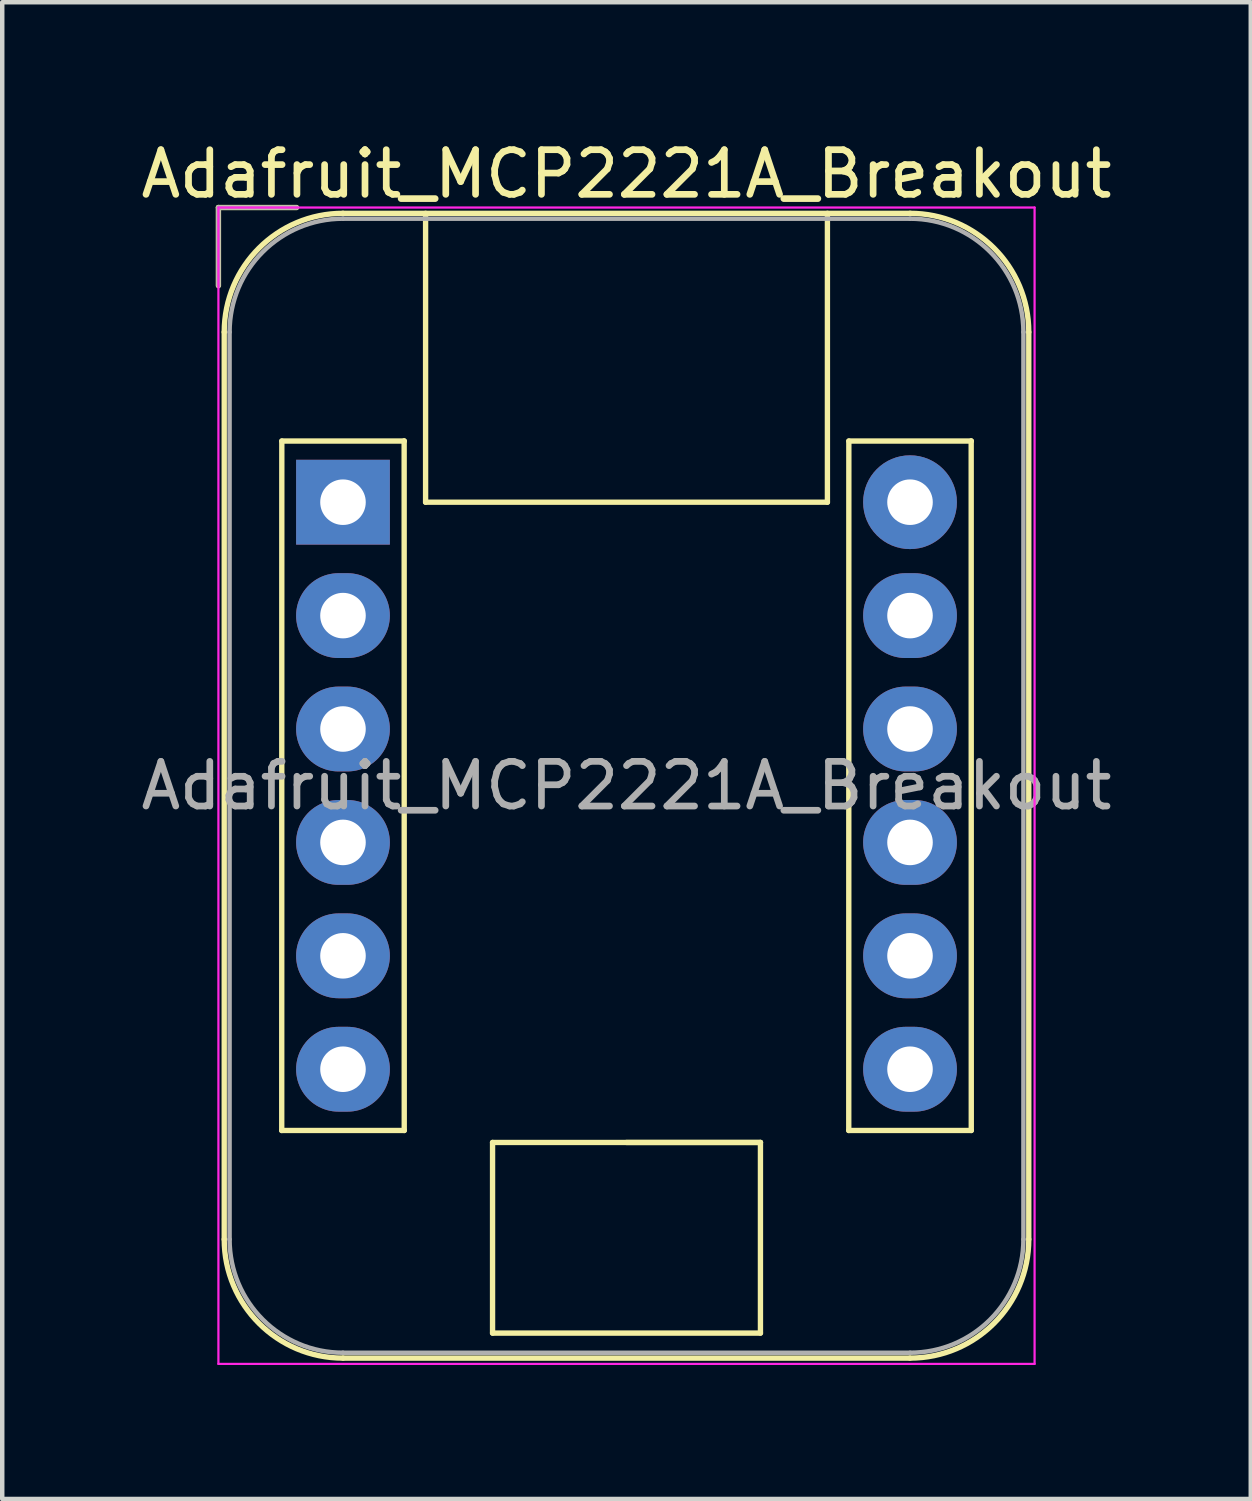
<source format=kicad_pcb>
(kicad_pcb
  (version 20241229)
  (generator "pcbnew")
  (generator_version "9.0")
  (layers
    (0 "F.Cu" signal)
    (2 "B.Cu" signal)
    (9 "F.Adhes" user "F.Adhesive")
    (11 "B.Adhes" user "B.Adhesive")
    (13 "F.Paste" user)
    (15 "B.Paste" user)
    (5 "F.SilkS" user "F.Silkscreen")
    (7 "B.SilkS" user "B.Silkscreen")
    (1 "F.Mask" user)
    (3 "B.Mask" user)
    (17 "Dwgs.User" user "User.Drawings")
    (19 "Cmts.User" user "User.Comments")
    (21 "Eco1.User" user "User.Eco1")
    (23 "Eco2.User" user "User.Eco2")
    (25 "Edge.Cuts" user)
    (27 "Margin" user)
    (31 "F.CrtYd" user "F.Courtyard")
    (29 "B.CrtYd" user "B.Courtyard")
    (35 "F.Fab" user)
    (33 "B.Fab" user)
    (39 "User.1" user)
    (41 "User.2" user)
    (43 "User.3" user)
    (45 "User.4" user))
  (footprint "Adafruit_MCP2221A_Breakout"
    (layer "F.Cu")
    (at 4.632 8.198)
    (property "Reference" "Adafruit_MCP2221A_Breakout" (at 6.35 -7.35 0) (layer "F.SilkS") (effects (font (size 1 1) (thickness 0.15))))
    (attr through_hole)
    (fp_line (start -2.79 -6.6) (end -1.04 -6.6) (stroke (width 0.12) (type solid)) (layer "F.SilkS"))
    (fp_line (start -2.79 -4.85) (end -2.79 -6.6) (stroke (width 0.12) (type solid)) (layer "F.SilkS"))
    (fp_line (start -2.66 -3.81) (end -2.66 16.51) (stroke (width 0.12) (type solid)) (layer "F.SilkS"))
    (fp_line (start -1.372 14.072) (end 1.372 14.072) (stroke (width 0.12) (type solid)) (layer "F.SilkS"))
    (fp_line (start -1.37 -1.37) (end -1.372 14.072) (stroke (width 0.12) (type solid)) (layer "F.SilkS"))
    (fp_line (start 0 -6.47) (end 12.7 -6.47) (stroke (width 0.12) (type solid)) (layer "F.SilkS"))
    (fp_line (start 0 19.17) (end 12.7 19.17) (stroke (width 0.12) (type solid)) (layer "F.SilkS"))
    (fp_line (start 1.37 -1.37) (end -1.37 -1.37) (stroke (width 0.12) (type solid)) (layer "F.SilkS"))
    (fp_line (start 1.37 -1.37) (end 1.37 -1.37) (stroke (width 0.12) (type solid)) (layer "F.SilkS"))
    (fp_line (start 1.372 14.072) (end 1.37 -1.37) (stroke (width 0.12) (type solid)) (layer "F.SilkS"))
    (fp_line (start 1.85 0) (end 1.85 -6.47) (stroke (width 0.12) (type solid)) (layer "F.SilkS"))
    (fp_line (start 3.35 14.34) (end 3.35 18.61) (stroke (width 0.12) (type solid)) (layer "F.SilkS"))
    (fp_line (start 3.35 18.61) (end 9.35 18.61) (stroke (width 0.12) (type solid)) (layer "F.SilkS"))
    (fp_line (start 6.35 14.34) (end 9.35 14.34) (stroke (width 0.12) (type solid)) (layer "F.SilkS"))
    (fp_line (start 9.35 14.34) (end 3.35 14.34) (stroke (width 0.12) (type solid)) (layer "F.SilkS"))
    (fp_line (start 9.35 14.34) (end 9.35 18.61) (stroke (width 0.12) (type solid)) (layer "F.SilkS"))
    (fp_line (start 10.85 0) (end 1.85 0) (stroke (width 0.12) (type solid)) (layer "F.SilkS"))
    (fp_line (start 10.85 0) (end 10.85 -6.47) (stroke (width 0.12) (type solid)) (layer "F.SilkS"))
    (fp_line (start 11.328 14.072) (end 14.072 14.072) (stroke (width 0.12) (type solid)) (layer "F.SilkS"))
    (fp_line (start 11.33 -1.37) (end 11.328 14.072) (stroke (width 0.12) (type solid)) (layer "F.SilkS"))
    (fp_line (start 14.07 -1.37) (end 11.33 -1.37) (stroke (width 0.12) (type solid)) (layer "F.SilkS"))
    (fp_line (start 14.07 -1.37) (end 14.07 -1.37) (stroke (width 0.12) (type solid)) (layer "F.SilkS"))
    (fp_line (start 14.072 14.072) (end 14.07 -1.37) (stroke (width 0.12) (type solid)) (layer "F.SilkS"))
    (fp_line (start 15.36 -3.81) (end 15.36 16.51) (stroke (width 0.12) (type solid)) (layer "F.SilkS"))
    (fp_arc (start -2.66 -3.81) (mid -1.880904 -5.690904) (end 0 -6.47) (stroke (width 0.12) (type solid)) (layer "F.SilkS"))
    (fp_arc (start 0 19.17) (mid -1.880904 18.390904) (end -2.66 16.51) (stroke (width 0.12) (type solid)) (layer "F.SilkS"))
    (fp_arc (start 12.7 -6.47) (mid 14.580904 -5.690904) (end 15.36 -3.81) (stroke (width 0.12) (type solid)) (layer "F.SilkS"))
    (fp_arc (start 15.36 16.51) (mid 14.580904 18.390904) (end 12.7 19.17) (stroke (width 0.12) (type solid)) (layer "F.SilkS"))
    (fp_line (start -2.79 -6.6) (end -2.79 19.3) (stroke (width 0.05) (type solid)) (layer "F.CrtYd"))
    (fp_line (start -2.79 19.3) (end 15.49 19.3) (stroke (width 0.05) (type solid)) (layer "F.CrtYd"))
    (fp_line (start 15.49 -6.6) (end -2.79 -6.6) (stroke (width 0.05) (type solid)) (layer "F.CrtYd"))
    (fp_line (start 15.49 19.3) (end 15.49 -6.6) (stroke (width 0.05) (type solid)) (layer "F.CrtYd"))
    (fp_line (start -2.79 -6.6) (end -1.04 -6.6) (stroke (width 0.1) (type solid)) (layer "F.Fab"))
    (fp_line (start -2.79 -4.85) (end -2.79 -6.6) (stroke (width 0.1) (type solid)) (layer "F.Fab"))
    (fp_line (start -2.54 -3.81) (end -2.54 16.51) (stroke (width 0.1) (type solid)) (layer "F.Fab"))
    (fp_line (start 0 -6.35) (end 12.7 -6.35) (stroke (width 0.1) (type solid)) (layer "F.Fab"))
    (fp_line (start 0 19.05) (end 12.7 19.05) (stroke (width 0.1) (type solid)) (layer "F.Fab"))
    (fp_line (start 15.24 -3.81) (end 15.24 16.51) (stroke (width 0.1) (type solid)) (layer "F.Fab"))
    (fp_arc (start -2.54 -3.81) (mid -1.796051 -5.606051) (end 0 -6.35) (stroke (width 0.1) (type solid)) (layer "F.Fab"))
    (fp_arc (start 0 19.05) (mid -1.796051 18.306051) (end -2.54 16.51) (stroke (width 0.1) (type solid)) (layer "F.Fab"))
    (fp_arc (start 12.7 -6.35) (mid 14.496051 -5.606051) (end 15.24 -3.81) (stroke (width 0.1) (type solid)) (layer "F.Fab"))
    (fp_arc (start 15.24 16.51) (mid 14.496051 18.306051) (end 12.7 19.05) (stroke (width 0.1) (type solid)) (layer "F.Fab"))
    (fp_text user "${REFERENCE}" (at 6.35 6.35 0) (layer "F.Fab") (effects (font (size 1 1) (thickness 0.15))))
    (pad "1" thru_hole rect (at 0 0) (size 2.1 1.9) (drill 1.02) (layers "*.Cu" "*.Mask"))
    (pad "2" thru_hole oval (at 0 2.54) (size 2.1 1.9) (drill 1.02) (layers "*.Cu" "*.Mask"))
    (pad "3" thru_hole oval (at 0 5.08) (size 2.1 1.9) (drill 1.02) (layers "*.Cu" "*.Mask"))
    (pad "4" thru_hole oval (at 0 7.62) (size 2.1 1.9) (drill 1.02) (layers "*.Cu" "*.Mask"))
    (pad "5" thru_hole oval (at 0 10.16) (size 2.1 1.9) (drill 1.02) (layers "*.Cu" "*.Mask"))
    (pad "6" thru_hole oval (at 0 12.7) (size 2.1 1.9) (drill 1.02) (layers "*.Cu" "*.Mask"))
    (pad "7" thru_hole oval (at 12.7 12.7) (size 2.1 1.9) (drill 1.02) (layers "*.Cu" "*.Mask"))
    (pad "8" thru_hole oval (at 12.7 10.16) (size 2.1 1.9) (drill 1.02) (layers "*.Cu" "*.Mask"))
    (pad "9" thru_hole oval (at 12.7 7.62) (size 2.1 1.9) (drill 1.02) (layers "*.Cu" "*.Mask"))
    (pad "10" thru_hole oval (at 12.7 5.08) (size 2.1 1.9) (drill 1.02) (layers "*.Cu" "*.Mask"))
    (pad "11" thru_hole oval (at 12.7 2.54) (size 2.1 1.9) (drill 1.02) (layers "*.Cu" "*.Mask"))
    (pad "12" thru_hole circle (at 12.7 0) (size 2.1 2.1) (drill 1.02) (layers "*.Cu" "*.Mask")))
  (gr_rect
    (start -3 -3)
    (end 24.964 30.523)
    (stroke (width 0.1) (type default))
    (fill no)
    (layer "Edge.Cuts")))
</source>
